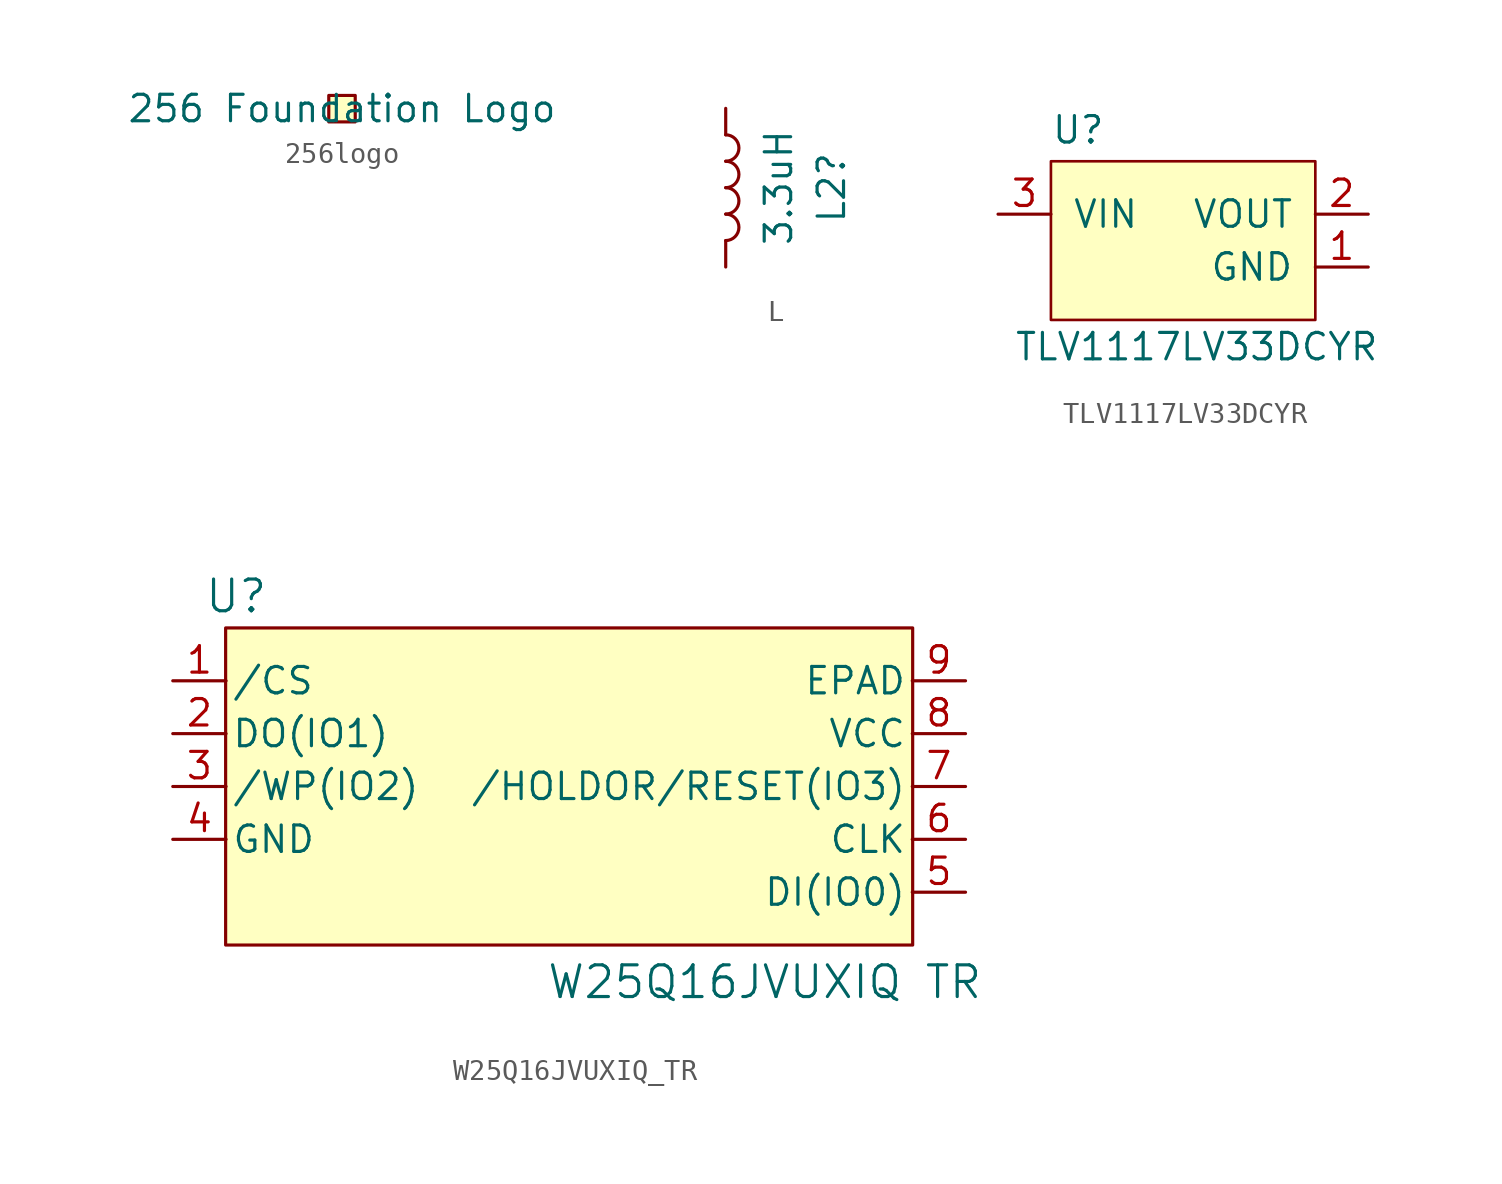
<source format=kicad_sym>
(kicad_symbol_lib
  (version 20241209)
  (generator "kicad_symbol_editor")
  (generator_version "9.0")
  (symbol "256logo"
    (property "Reference" "U"
      (at 0 0 0)
      (effects (font (size 1.27 1.27)) (hide yes)))
    (property "Value" "256 Foundation Logo"
      (at 0 0 0)
      (effects (font (size 1.27 1.27))))
    (symbol "256logo_1_1"
      (rectangle (start -0.635 0.635) (end 0.635 -0.635) (stroke (width 0) (type default)) (fill (type background)))))
  (symbol "L"
    (pin_numbers
      (hide yes))
    (pin_names
      (offset 1.016)
      (hide yes))
    (property "Reference" "L2"
      (at 5.08 0 90)
      (effects (font (size 1.27 1.27))))
    (property "Value" "3.3uH"
      (at 2.54 0 90)
      (effects (font (size 1.27 1.27))))
    (symbol "L_0_1"
      (arc (start 0 2.54) (mid 0.6323 1.905) (end 0 1.27) (stroke (width 0) (type default)) (fill (type none)))
      (arc (start 0 1.27) (mid 0.6323 0.635) (end 0 0) (stroke (width 0) (type default)) (fill (type none)))
      (arc (start 0 0) (mid 0.6323 -0.635) (end 0 -1.27) (stroke (width 0) (type default)) (fill (type none)))
      (arc (start 0 -1.27) (mid 0.6323 -1.905) (end 0 -2.54) (stroke (width 0) (type default)) (fill (type none))))
    (symbol "L_1_1"
      (pin no_connect line (at -1.27 2.54 270) (length 2.54) (hide yes) (name "NC" (effects (font (size 1.27 1.27)))) (number "3" (effects (font (size 1.27 1.27)))))
      (pin passive line (at 0 3.81 270) (length 1.27) (name "1" (effects (font (size 1.27 1.27)))) (number "1" (effects (font (size 1.27 1.27)))))
      (pin passive line (at 0 -3.81 90) (length 1.27) (name "2" (effects (font (size 1.27 1.27)))) (number "2" (effects (font (size 1.27 1.27)))))))
  (symbol "TLV1117LV33DCYR"
    (pin_names
      (offset 1.016))
    (property "Reference" "U"
      (at -6.35 8.382 0)
      (effects (font (size 1.27 1.27)) (justify left bottom)))
    (property "Value" "TLV1117LV33DCYR"
      (at -8.128 -2.032 0)
      (effects (font (size 1.27 1.27)) (justify left bottom)))
    (symbol "TLV1117LV33DCYR_1_0"
      (rectangle (start -6.35 7.62) (end 6.35 0) (stroke (width 0.127) (type default)) (fill (type background)))
      (pin input line (at -8.89 5.08 0) (length 2.54) (name "VIN" (effects (font (size 1.27 1.27)))) (number "3" (effects (font (size 1.27 1.27)))))
      (pin output line (at 8.89 5.08 180) (length 2.54) (name "VOUT" (effects (font (size 1.27 1.27)))) (number "2" (effects (font (size 1.27 1.27)))))
      (pin output line (at 8.89 5.08 180) (length 2.54) (hide yes) (name "VOUT" (effects (font (size 1.27 1.27)))) (number "4" (effects (font (size 1.27 1.27)))))
      (pin power_in line (at 8.89 2.54 180) (length 2.54) (name "GND" (effects (font (size 1.27 1.27)))) (number "1" (effects (font (size 1.27 1.27)))))))
  (symbol "W25Q16JVUXIQ_TR"
    (pin_names
      (offset 0.254))
    (property "Reference" "U"
      (at -16.002 7.874 0)
      (effects (font (size 1.524 1.524))))
    (property "Value" "W25Q16JVUXIQ TR"
      (at 9.398 -10.668 0)
      (effects (font (size 1.524 1.524))))
    (symbol "W25Q16JVUXIQ_TR_0_1"
      (pin unspecified line (at -19.05 3.81 0) (length 2.56) (name "/CS" (effects (font (size 1.27 1.27)))) (number "1" (effects (font (size 1.27 1.27)))))
      (pin unspecified line (at -19.05 1.27 0) (length 2.56) (name "DO(IO1)" (effects (font (size 1.27 1.27)))) (number "2" (effects (font (size 1.27 1.27)))))
      (pin unspecified line (at -19.05 -1.27 0) (length 2.56) (name "/WP(IO2)" (effects (font (size 1.27 1.27)))) (number "3" (effects (font (size 1.27 1.27)))))
      (pin unspecified line (at -19.05 -3.81 0) (length 2.56) (name "GND" (effects (font (size 1.27 1.27)))) (number "4" (effects (font (size 1.27 1.27)))))
      (pin unspecified line (at 19.05 3.81 180) (length 2.56) (name "EPAD" (effects (font (size 1.27 1.27)))) (number "9" (effects (font (size 1.27 1.27)))))
      (pin unspecified line (at 19.05 1.27 180) (length 2.56) (name "VCC" (effects (font (size 1.27 1.27)))) (number "8" (effects (font (size 1.27 1.27)))))
      (pin unspecified line (at 19.05 -1.27 180) (length 2.56) (name "/HOLDOR/RESET(IO3)" (effects (font (size 1.27 1.27)))) (number "7" (effects (font (size 1.27 1.27)))))
      (pin unspecified line (at 19.05 -3.81 180) (length 2.56) (name "CLK" (effects (font (size 1.27 1.27)))) (number "6" (effects (font (size 1.27 1.27)))))
      (pin unspecified line (at 19.05 -6.35 180) (length 2.56) (name "DI(IO0)" (effects (font (size 1.27 1.27)))) (number "5" (effects (font (size 1.27 1.27))))))
    (symbol "W25Q16JVUXIQ_TR_1_1"
      (rectangle (start -16.51 6.35) (end 16.51 -8.89) (stroke (width 0) (type default)) (fill (type background))))))
</source>
